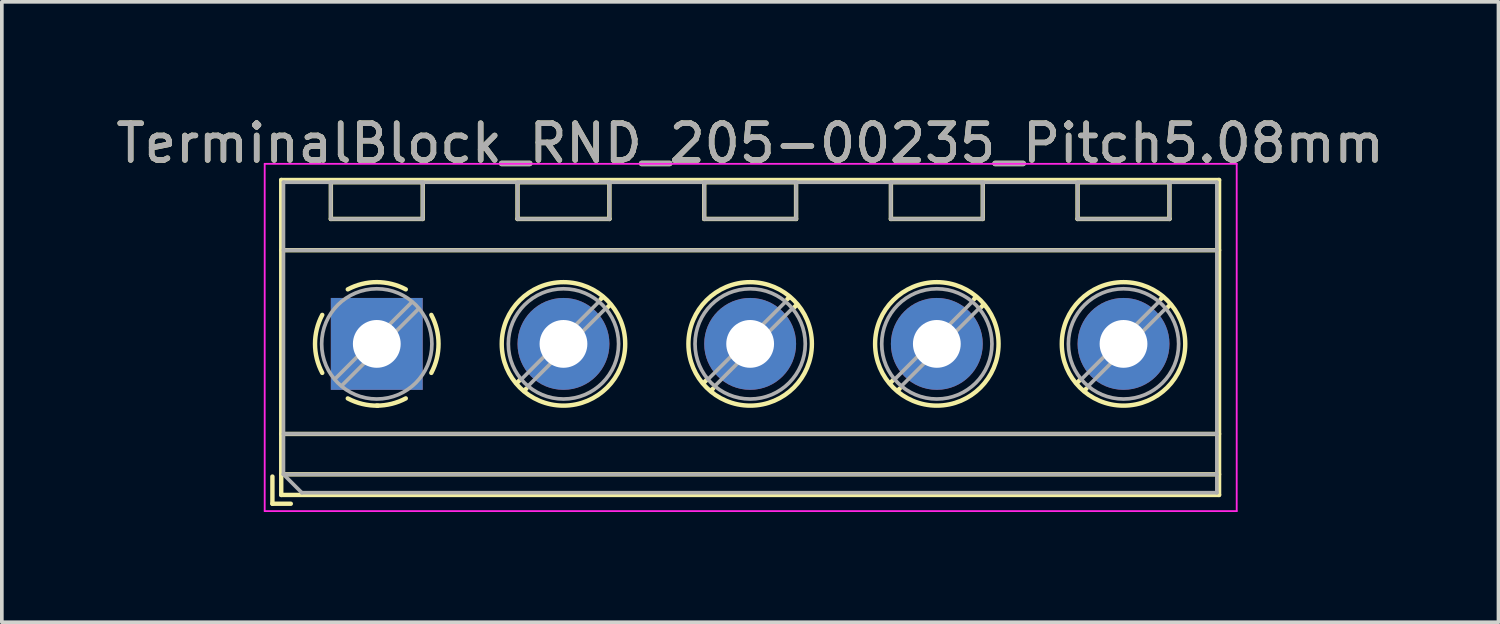
<source format=kicad_pcb>
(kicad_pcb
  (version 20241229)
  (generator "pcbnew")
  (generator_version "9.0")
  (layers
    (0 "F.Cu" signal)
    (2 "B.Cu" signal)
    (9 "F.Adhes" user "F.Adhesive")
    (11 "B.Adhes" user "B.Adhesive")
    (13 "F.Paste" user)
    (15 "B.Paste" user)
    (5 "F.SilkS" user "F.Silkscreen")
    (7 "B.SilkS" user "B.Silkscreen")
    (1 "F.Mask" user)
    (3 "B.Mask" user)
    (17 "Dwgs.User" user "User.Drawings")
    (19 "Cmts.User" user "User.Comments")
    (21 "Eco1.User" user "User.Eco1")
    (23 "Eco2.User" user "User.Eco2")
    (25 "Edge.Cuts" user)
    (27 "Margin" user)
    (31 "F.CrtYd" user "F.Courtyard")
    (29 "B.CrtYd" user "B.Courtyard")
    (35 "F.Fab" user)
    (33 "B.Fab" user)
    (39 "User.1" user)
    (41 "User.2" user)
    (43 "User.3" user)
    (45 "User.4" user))
  (footprint "TerminalBlock_RND_205-00235_Pitch5.08mm"
    (layer "F.Cu")
    (at 7.203 6.308)
    (property "Reference" "TerminalBlock_RND_205-00235_Pitch5.08mm" (at 10.16 -5.46 0) (layer "F.SilkS") (effects (font (size 1 1) (thickness 0.15))))
    (attr through_hole)
    (fp_line (start -2.84 3.61) (end -2.84 4.35) (stroke (width 0.12) (type solid)) (layer "F.SilkS"))
    (fp_line (start -2.84 4.35) (end -2.34 4.35) (stroke (width 0.12) (type solid)) (layer "F.SilkS"))
    (fp_line (start -2.6 -4.46) (end -2.6 4.11) (stroke (width 0.12) (type solid)) (layer "F.SilkS"))
    (fp_line (start -2.6 -2.55) (end 22.92 -2.55) (stroke (width 0.12) (type solid)) (layer "F.SilkS"))
    (fp_line (start -2.6 2.45) (end 22.92 2.45) (stroke (width 0.12) (type solid)) (layer "F.SilkS"))
    (fp_line (start -2.6 3.55) (end 22.92 3.55) (stroke (width 0.12) (type solid)) (layer "F.SilkS"))
    (fp_line (start -2.6 4.11) (end 22.92 4.11) (stroke (width 0.12) (type solid)) (layer "F.SilkS"))
    (fp_line (start -1.25 -4.4) (end -1.25 -3.4) (stroke (width 0.12) (type solid)) (layer "F.SilkS"))
    (fp_line (start -1.25 -4.4) (end 1.25 -4.4) (stroke (width 0.12) (type solid)) (layer "F.SilkS"))
    (fp_line (start -1.25 -3.4) (end 1.25 -3.4) (stroke (width 0.12) (type solid)) (layer "F.SilkS"))
    (fp_line (start 1.25 -4.4) (end 1.25 -3.4) (stroke (width 0.12) (type solid)) (layer "F.SilkS"))
    (fp_line (start 3.83 -4.4) (end 3.83 -3.4) (stroke (width 0.12) (type solid)) (layer "F.SilkS"))
    (fp_line (start 3.83 -4.4) (end 6.33 -4.4) (stroke (width 0.12) (type solid)) (layer "F.SilkS"))
    (fp_line (start 3.83 -3.4) (end 6.33 -3.4) (stroke (width 0.12) (type solid)) (layer "F.SilkS"))
    (fp_line (start 3.9 0.976) (end 3.806 1.069) (stroke (width 0.12) (type solid)) (layer "F.SilkS"))
    (fp_line (start 4.07 1.216) (end 4.011 1.274) (stroke (width 0.12) (type solid)) (layer "F.SilkS"))
    (fp_line (start 6.15 -1.275) (end 6.091 -1.216) (stroke (width 0.12) (type solid)) (layer "F.SilkS"))
    (fp_line (start 6.33 -4.4) (end 6.33 -3.4) (stroke (width 0.12) (type solid)) (layer "F.SilkS"))
    (fp_line (start 6.355 -1.069) (end 6.261 -0.976) (stroke (width 0.12) (type solid)) (layer "F.SilkS"))
    (fp_line (start 8.91 -4.4) (end 8.91 -3.4) (stroke (width 0.12) (type solid)) (layer "F.SilkS"))
    (fp_line (start 8.91 -4.4) (end 11.41 -4.4) (stroke (width 0.12) (type solid)) (layer "F.SilkS"))
    (fp_line (start 8.91 -3.4) (end 11.41 -3.4) (stroke (width 0.12) (type solid)) (layer "F.SilkS"))
    (fp_line (start 8.98 0.976) (end 8.886 1.069) (stroke (width 0.12) (type solid)) (layer "F.SilkS"))
    (fp_line (start 9.15 1.216) (end 9.091 1.274) (stroke (width 0.12) (type solid)) (layer "F.SilkS"))
    (fp_line (start 11.23 -1.275) (end 11.171 -1.216) (stroke (width 0.12) (type solid)) (layer "F.SilkS"))
    (fp_line (start 11.41 -4.4) (end 11.41 -3.4) (stroke (width 0.12) (type solid)) (layer "F.SilkS"))
    (fp_line (start 11.435 -1.069) (end 11.341 -0.976) (stroke (width 0.12) (type solid)) (layer "F.SilkS"))
    (fp_line (start 13.99 -4.4) (end 13.99 -3.4) (stroke (width 0.12) (type solid)) (layer "F.SilkS"))
    (fp_line (start 13.99 -4.4) (end 16.49 -4.4) (stroke (width 0.12) (type solid)) (layer "F.SilkS"))
    (fp_line (start 13.99 -3.4) (end 16.49 -3.4) (stroke (width 0.12) (type solid)) (layer "F.SilkS"))
    (fp_line (start 14.06 0.976) (end 13.966 1.069) (stroke (width 0.12) (type solid)) (layer "F.SilkS"))
    (fp_line (start 14.23 1.216) (end 14.171 1.274) (stroke (width 0.12) (type solid)) (layer "F.SilkS"))
    (fp_line (start 16.31 -1.275) (end 16.251 -1.216) (stroke (width 0.12) (type solid)) (layer "F.SilkS"))
    (fp_line (start 16.49 -4.4) (end 16.49 -3.4) (stroke (width 0.12) (type solid)) (layer "F.SilkS"))
    (fp_line (start 16.515 -1.069) (end 16.421 -0.976) (stroke (width 0.12) (type solid)) (layer "F.SilkS"))
    (fp_line (start 19.07 -4.4) (end 19.07 -3.4) (stroke (width 0.12) (type solid)) (layer "F.SilkS"))
    (fp_line (start 19.07 -4.4) (end 21.57 -4.4) (stroke (width 0.12) (type solid)) (layer "F.SilkS"))
    (fp_line (start 19.07 -3.4) (end 21.57 -3.4) (stroke (width 0.12) (type solid)) (layer "F.SilkS"))
    (fp_line (start 19.14 0.976) (end 19.046 1.069) (stroke (width 0.12) (type solid)) (layer "F.SilkS"))
    (fp_line (start 19.31 1.216) (end 19.251 1.274) (stroke (width 0.12) (type solid)) (layer "F.SilkS"))
    (fp_line (start 21.39 -1.275) (end 21.331 -1.216) (stroke (width 0.12) (type solid)) (layer "F.SilkS"))
    (fp_line (start 21.57 -4.4) (end 21.57 -3.4) (stroke (width 0.12) (type solid)) (layer "F.SilkS"))
    (fp_line (start 21.595 -1.069) (end 21.501 -0.976) (stroke (width 0.12) (type solid)) (layer "F.SilkS"))
    (fp_line (start 22.92 -4.46) (end -2.6 -4.46) (stroke (width 0.12) (type solid)) (layer "F.SilkS"))
    (fp_line (start 22.92 4.11) (end 22.92 -4.46) (stroke (width 0.12) (type solid)) (layer "F.SilkS"))
    (fp_arc (start -1.483953 0.789089) (mid -1.680708 0.00005) (end -1.484 -0.789) (stroke (width 0.12) (type solid)) (layer "F.SilkS"))
    (fp_arc (start -0.789089 -1.483953) (mid -0.00005 -1.680708) (end 0.789 -1.484) (stroke (width 0.12) (type solid)) (layer "F.SilkS"))
    (fp_arc (start 0.029383 1.68045) (mid -0.392304 1.634281) (end -0.789 1.484) (stroke (width 0.12) (type solid)) (layer "F.SilkS"))
    (fp_arc (start 0.788712 1.483352) (mid 0.406429 1.630097) (end 0 1.68) (stroke (width 0.12) (type solid)) (layer "F.SilkS"))
    (fp_arc (start 1.483953 -0.789089) (mid 1.680708 -0.00005) (end 1.484 0.789) (stroke (width 0.12) (type solid)) (layer "F.SilkS"))
    (fp_circle (center 5.08 0) (end 6.76 0) (stroke (width 0.12) (type solid)) (fill no) (layer "F.SilkS"))
    (fp_circle (center 10.16 0) (end 11.84 0) (stroke (width 0.12) (type solid)) (fill no) (layer "F.SilkS"))
    (fp_circle (center 15.24 0) (end 16.92 0) (stroke (width 0.12) (type solid)) (fill no) (layer "F.SilkS"))
    (fp_circle (center 20.32 0) (end 22 0) (stroke (width 0.12) (type solid)) (fill no) (layer "F.SilkS"))
    (fp_line (start -3.05 -4.9) (end -3.05 4.55) (stroke (width 0.05) (type solid)) (layer "F.CrtYd"))
    (fp_line (start -3.05 4.55) (end 23.4 4.55) (stroke (width 0.05) (type solid)) (layer "F.CrtYd"))
    (fp_line (start 23.4 -4.9) (end -3.05 -4.9) (stroke (width 0.05) (type solid)) (layer "F.CrtYd"))
    (fp_line (start 23.4 4.55) (end 23.4 -4.9) (stroke (width 0.05) (type solid)) (layer "F.CrtYd"))
    (fp_line (start -2.54 -4.4) (end 22.86 -4.4) (stroke (width 0.1) (type solid)) (layer "F.Fab"))
    (fp_line (start -2.54 -2.55) (end 22.86 -2.55) (stroke (width 0.1) (type solid)) (layer "F.Fab"))
    (fp_line (start -2.54 2.45) (end 22.86 2.45) (stroke (width 0.1) (type solid)) (layer "F.Fab"))
    (fp_line (start -2.54 3.55) (end -2.54 -4.4) (stroke (width 0.1) (type solid)) (layer "F.Fab"))
    (fp_line (start -2.54 3.55) (end 22.86 3.55) (stroke (width 0.1) (type solid)) (layer "F.Fab"))
    (fp_line (start -2.04 4.05) (end -2.54 3.55) (stroke (width 0.1) (type solid)) (layer "F.Fab"))
    (fp_line (start -1.25 -4.4) (end -1.25 -3.4) (stroke (width 0.1) (type solid)) (layer "F.Fab"))
    (fp_line (start -1.25 -3.4) (end 1.25 -3.4) (stroke (width 0.1) (type solid)) (layer "F.Fab"))
    (fp_line (start 0.955 -1.138) (end -1.138 0.955) (stroke (width 0.1) (type solid)) (layer "F.Fab"))
    (fp_line (start 1.138 -0.955) (end -0.955 1.138) (stroke (width 0.1) (type solid)) (layer "F.Fab"))
    (fp_line (start 1.25 -4.4) (end -1.25 -4.4) (stroke (width 0.1) (type solid)) (layer "F.Fab"))
    (fp_line (start 1.25 -3.4) (end 1.25 -4.4) (stroke (width 0.1) (type solid)) (layer "F.Fab"))
    (fp_line (start 3.83 -4.4) (end 3.83 -3.4) (stroke (width 0.1) (type solid)) (layer "F.Fab"))
    (fp_line (start 3.83 -3.4) (end 6.33 -3.4) (stroke (width 0.1) (type solid)) (layer "F.Fab"))
    (fp_line (start 6.035 -1.138) (end 3.943 0.955) (stroke (width 0.1) (type solid)) (layer "F.Fab"))
    (fp_line (start 6.218 -0.955) (end 4.126 1.138) (stroke (width 0.1) (type solid)) (layer "F.Fab"))
    (fp_line (start 6.33 -4.4) (end 3.83 -4.4) (stroke (width 0.1) (type solid)) (layer "F.Fab"))
    (fp_line (start 6.33 -3.4) (end 6.33 -4.4) (stroke (width 0.1) (type solid)) (layer "F.Fab"))
    (fp_line (start 8.91 -4.4) (end 8.91 -3.4) (stroke (width 0.1) (type solid)) (layer "F.Fab"))
    (fp_line (start 8.91 -3.4) (end 11.41 -3.4) (stroke (width 0.1) (type solid)) (layer "F.Fab"))
    (fp_line (start 11.115 -1.138) (end 9.023 0.955) (stroke (width 0.1) (type solid)) (layer "F.Fab"))
    (fp_line (start 11.298 -0.955) (end 9.206 1.138) (stroke (width 0.1) (type solid)) (layer "F.Fab"))
    (fp_line (start 11.41 -4.4) (end 8.91 -4.4) (stroke (width 0.1) (type solid)) (layer "F.Fab"))
    (fp_line (start 11.41 -3.4) (end 11.41 -4.4) (stroke (width 0.1) (type solid)) (layer "F.Fab"))
    (fp_line (start 13.99 -4.4) (end 13.99 -3.4) (stroke (width 0.1) (type solid)) (layer "F.Fab"))
    (fp_line (start 13.99 -3.4) (end 16.49 -3.4) (stroke (width 0.1) (type solid)) (layer "F.Fab"))
    (fp_line (start 16.195 -1.138) (end 14.103 0.955) (stroke (width 0.1) (type solid)) (layer "F.Fab"))
    (fp_line (start 16.378 -0.955) (end 14.286 1.138) (stroke (width 0.1) (type solid)) (layer "F.Fab"))
    (fp_line (start 16.49 -4.4) (end 13.99 -4.4) (stroke (width 0.1) (type solid)) (layer "F.Fab"))
    (fp_line (start 16.49 -3.4) (end 16.49 -4.4) (stroke (width 0.1) (type solid)) (layer "F.Fab"))
    (fp_line (start 19.07 -4.4) (end 19.07 -3.4) (stroke (width 0.1) (type solid)) (layer "F.Fab"))
    (fp_line (start 19.07 -3.4) (end 21.57 -3.4) (stroke (width 0.1) (type solid)) (layer "F.Fab"))
    (fp_line (start 21.275 -1.138) (end 19.183 0.955) (stroke (width 0.1) (type solid)) (layer "F.Fab"))
    (fp_line (start 21.458 -0.955) (end 19.366 1.138) (stroke (width 0.1) (type solid)) (layer "F.Fab"))
    (fp_line (start 21.57 -4.4) (end 19.07 -4.4) (stroke (width 0.1) (type solid)) (layer "F.Fab"))
    (fp_line (start 21.57 -3.4) (end 21.57 -4.4) (stroke (width 0.1) (type solid)) (layer "F.Fab"))
    (fp_line (start 22.86 -4.4) (end 22.86 4.05) (stroke (width 0.1) (type solid)) (layer "F.Fab"))
    (fp_line (start 22.86 4.05) (end -2.04 4.05) (stroke (width 0.1) (type solid)) (layer "F.Fab"))
    (fp_circle (center 0 0) (end 1.5 0) (stroke (width 0.1) (type solid)) (fill no) (layer "F.Fab"))
    (fp_circle (center 5.08 0) (end 6.58 0) (stroke (width 0.1) (type solid)) (fill no) (layer "F.Fab"))
    (fp_circle (center 10.16 0) (end 11.66 0) (stroke (width 0.1) (type solid)) (fill no) (layer "F.Fab"))
    (fp_circle (center 15.24 0) (end 16.74 0) (stroke (width 0.1) (type solid)) (fill no) (layer "F.Fab"))
    (fp_circle (center 20.32 0) (end 21.82 0) (stroke (width 0.1) (type solid)) (fill no) (layer "F.Fab"))
    (fp_text user "${REFERENCE}" (at 10.16 -5.46 0) (layer "F.Fab") (effects (font (size 1 1) (thickness 0.15))))
    (pad "1" thru_hole rect (at 0 0) (size 2.5 2.5) (drill 1.3) (layers "*.Cu" "*.Mask"))
    (pad "2" thru_hole circle (at 5.08 0) (size 2.5 2.5) (drill 1.3) (layers "*.Cu" "*.Mask"))
    (pad "3" thru_hole circle (at 10.16 0) (size 2.5 2.5) (drill 1.3) (layers "*.Cu" "*.Mask"))
    (pad "4" thru_hole circle (at 15.24 0) (size 2.5 2.5) (drill 1.3) (layers "*.Cu" "*.Mask"))
    (pad "5" thru_hole circle (at 20.32 0) (size 2.5 2.5) (drill 1.3) (layers "*.Cu" "*.Mask")))
  (gr_rect
    (start -3 -3)
    (end 37.726 13.883)
    (stroke (width 0.1) (type default))
    (fill no)
    (layer "Edge.Cuts")))
</source>
